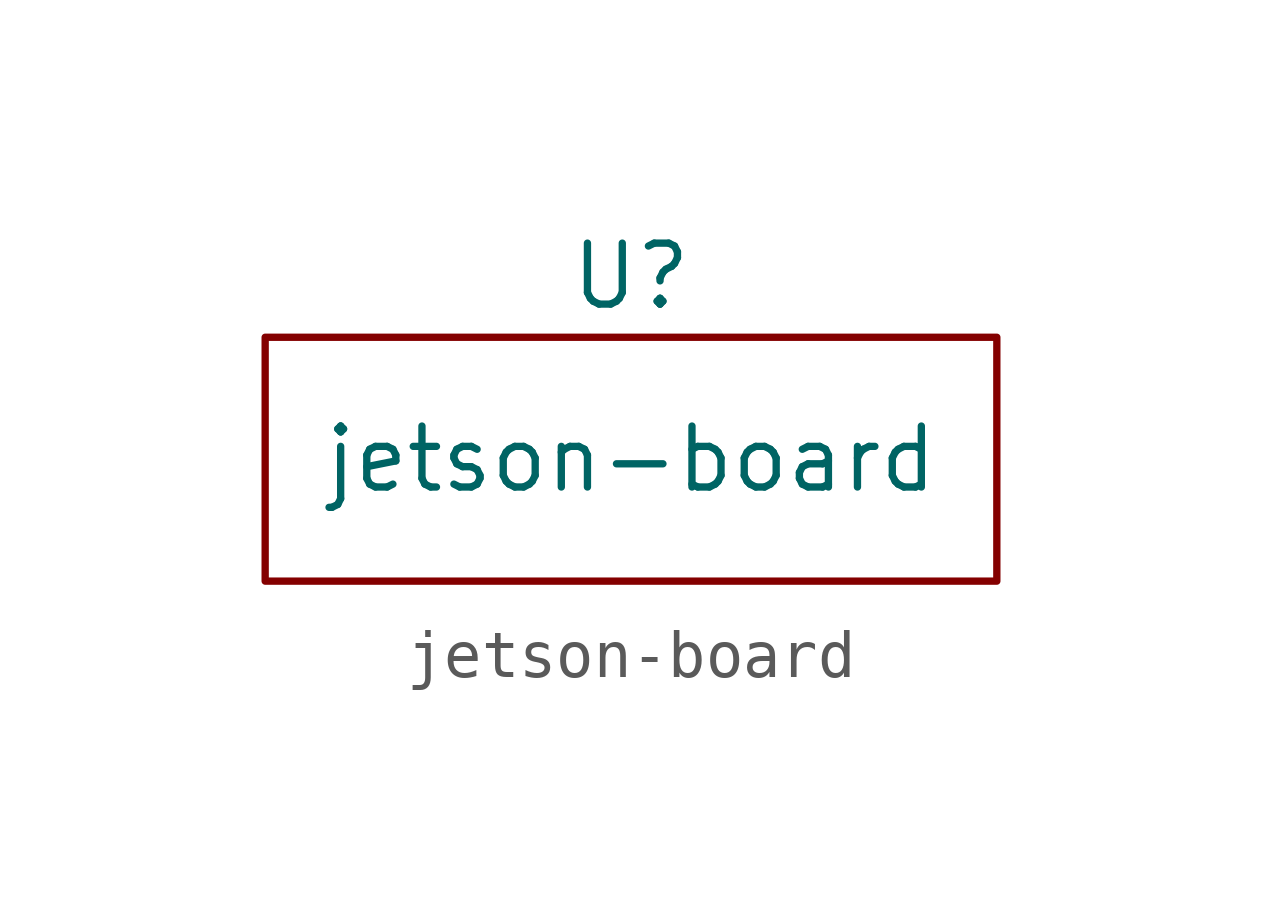
<source format=kicad_sym>
(kicad_symbol_lib
  (version 20211014)
  (generator kicad_symbol_editor)
  (symbol "jetson-board"
    (property "Reference" "U"
      (at 0 3.81 0)
      (effects (font (size 1.27 1.27))))
    (property "Value" "jetson-board"
      (at 0 0 0)
      (effects (font (size 1.27 1.27))))
    (symbol "jetson-board_0_1"
      (rectangle (start -7.62 2.54) (end 7.62 -2.54) (stroke (width 0) (type default) (color 0 0 0 0)) (fill (type none))))))
</source>
